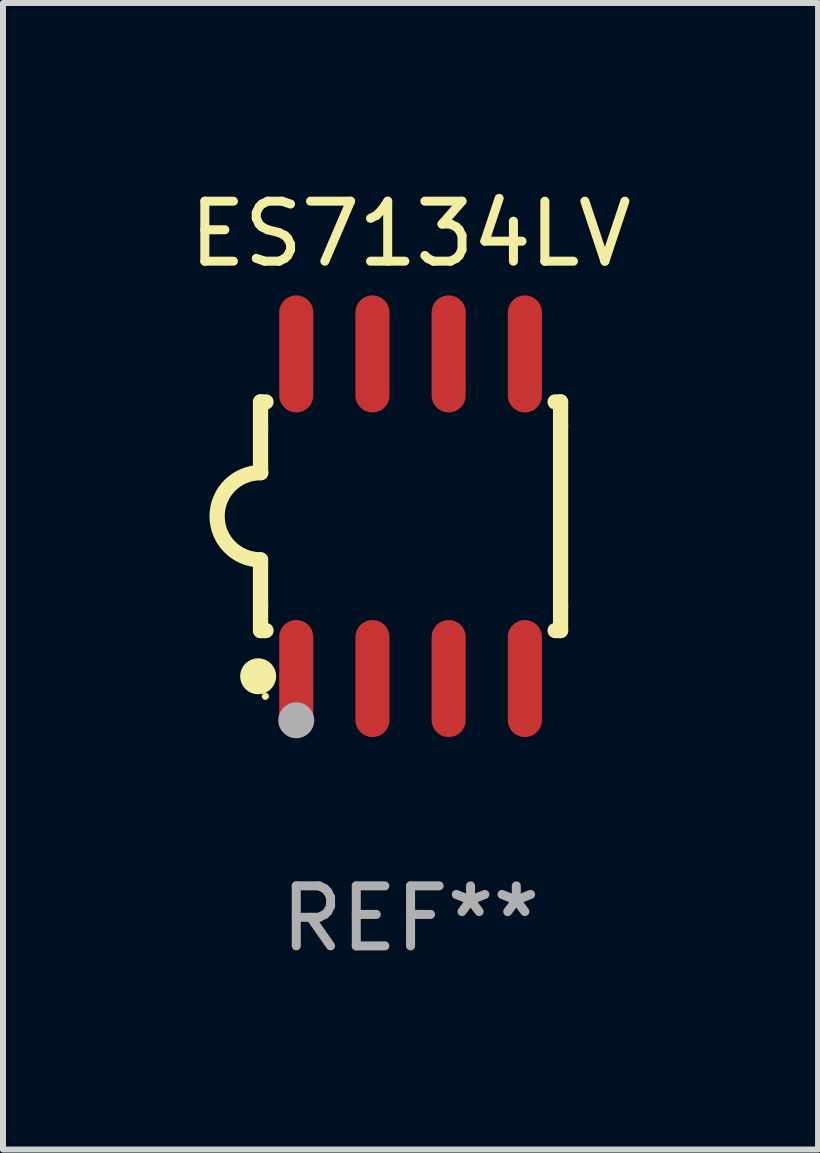
<source format=kicad_pcb>
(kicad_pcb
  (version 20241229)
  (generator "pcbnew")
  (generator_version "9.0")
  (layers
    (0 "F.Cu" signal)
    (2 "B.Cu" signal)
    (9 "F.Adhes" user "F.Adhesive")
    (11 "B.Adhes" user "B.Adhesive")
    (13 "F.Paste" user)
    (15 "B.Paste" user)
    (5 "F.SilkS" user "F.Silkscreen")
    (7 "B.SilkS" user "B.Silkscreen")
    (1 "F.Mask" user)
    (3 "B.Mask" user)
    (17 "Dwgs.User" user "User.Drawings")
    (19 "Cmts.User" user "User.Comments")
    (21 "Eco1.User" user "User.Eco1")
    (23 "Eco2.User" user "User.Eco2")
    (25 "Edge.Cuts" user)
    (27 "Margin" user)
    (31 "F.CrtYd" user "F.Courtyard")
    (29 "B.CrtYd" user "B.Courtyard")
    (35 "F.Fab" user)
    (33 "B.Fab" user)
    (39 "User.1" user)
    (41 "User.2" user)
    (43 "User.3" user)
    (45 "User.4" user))
  (footprint "ES7134LV"
    (layer "F.Cu")
    (at 3.792 5.553)
    (property "Reference" "ES7134LV" (at 0 -4.705 0) (layer "F.SilkS") (effects (font (size 1 1) (thickness 0.15))))
    (attr through_hole)
    (fp_line (start -2.5 -1.905) (end -2.409 -1.905) (stroke (width 0.254) (type solid)) (layer "F.SilkS"))
    (fp_line (start -2.5 -1.5) (end -2.5 -1.905) (stroke (width 0.254) (type solid)) (layer "F.SilkS"))
    (fp_line (start -2.5 -1.5) (end -2.5 -0.726) (stroke (width 0.254) (type solid)) (layer "F.SilkS"))
    (fp_line (start -2.5 1.5) (end -2.5 0.727) (stroke (width 0.254) (type solid)) (layer "F.SilkS"))
    (fp_line (start -2.5 1.5) (end -2.5 1.905) (stroke (width 0.254) (type solid)) (layer "F.SilkS"))
    (fp_line (start -2.5 1.905) (end -2.409 1.905) (stroke (width 0.254) (type solid)) (layer "F.SilkS"))
    (fp_line (start 2.5 -1.905) (end 2.409 -1.905) (stroke (width 0.254) (type solid)) (layer "F.SilkS"))
    (fp_line (start 2.5 -1.5) (end 2.5 -1.905) (stroke (width 0.254) (type solid)) (layer "F.SilkS"))
    (fp_line (start 2.5 -1.5) (end 2.5 1.5) (stroke (width 0.254) (type solid)) (layer "F.SilkS"))
    (fp_line (start 2.5 1.5) (end 2.5 1.905) (stroke (width 0.254) (type solid)) (layer "F.SilkS"))
    (fp_line (start 2.5 1.905) (end 2.409 1.905) (stroke (width 0.254) (type solid)) (layer "F.SilkS"))
    (fp_arc (start -2.5 0.726568) (mid -3.220316 -0.0023) (end -2.495097 -0.726289) (stroke (width 0.254001) (type solid)) (layer "F.SilkS"))
    (fp_circle (center -2.54 2.667) (end -2.39 2.667) (stroke (width 0.3) (type solid)) (fill no) (layer "F.SilkS"))
    (fp_circle (center -2.42 3) (end -2.39 3) (stroke (width 0.06) (type solid)) (fill no) (layer "F.SilkS"))
    (fp_circle (center -1.905 3.4) (end -1.755 3.4) (stroke (width 0.3) (type solid)) (fill no) (layer "F.Fab"))
    (fp_text user "REF**" (at 0 6.705 0) (layer "F.Fab") (effects (font (size 1 1) (thickness 0.15))))
    (pad "1" smd oval (at -1.905 2.705) (size 0.568 1.95) (layers "F.Cu" "F.Mask" "F.Paste"))
    (pad "2" smd oval (at -0.635 2.705) (size 0.568 1.95) (layers "F.Cu" "F.Mask" "F.Paste"))
    (pad "3" smd oval (at 0.635 2.705) (size 0.568 1.95) (layers "F.Cu" "F.Mask" "F.Paste"))
    (pad "4" smd oval (at 1.905 2.705) (size 0.568 1.95) (layers "F.Cu" "F.Mask" "F.Paste"))
    (pad "5" smd oval (at 1.905 -2.705) (size 0.568 1.95) (layers "F.Cu" "F.Mask" "F.Paste"))
    (pad "6" smd oval (at 0.635 -2.705) (size 0.568 1.95) (layers "F.Cu" "F.Mask" "F.Paste"))
    (pad "7" smd oval (at -0.635 -2.705) (size 0.568 1.95) (layers "F.Cu" "F.Mask" "F.Paste"))
    (pad "8" smd oval (at -1.905 -2.705) (size 0.568 1.95) (layers "F.Cu" "F.Mask" "F.Paste")))
  (gr_rect
    (start -3 -3)
    (end 10.583 16.107)
    (stroke (width 0.1) (type default))
    (fill no)
    (layer "Edge.Cuts")))
</source>
